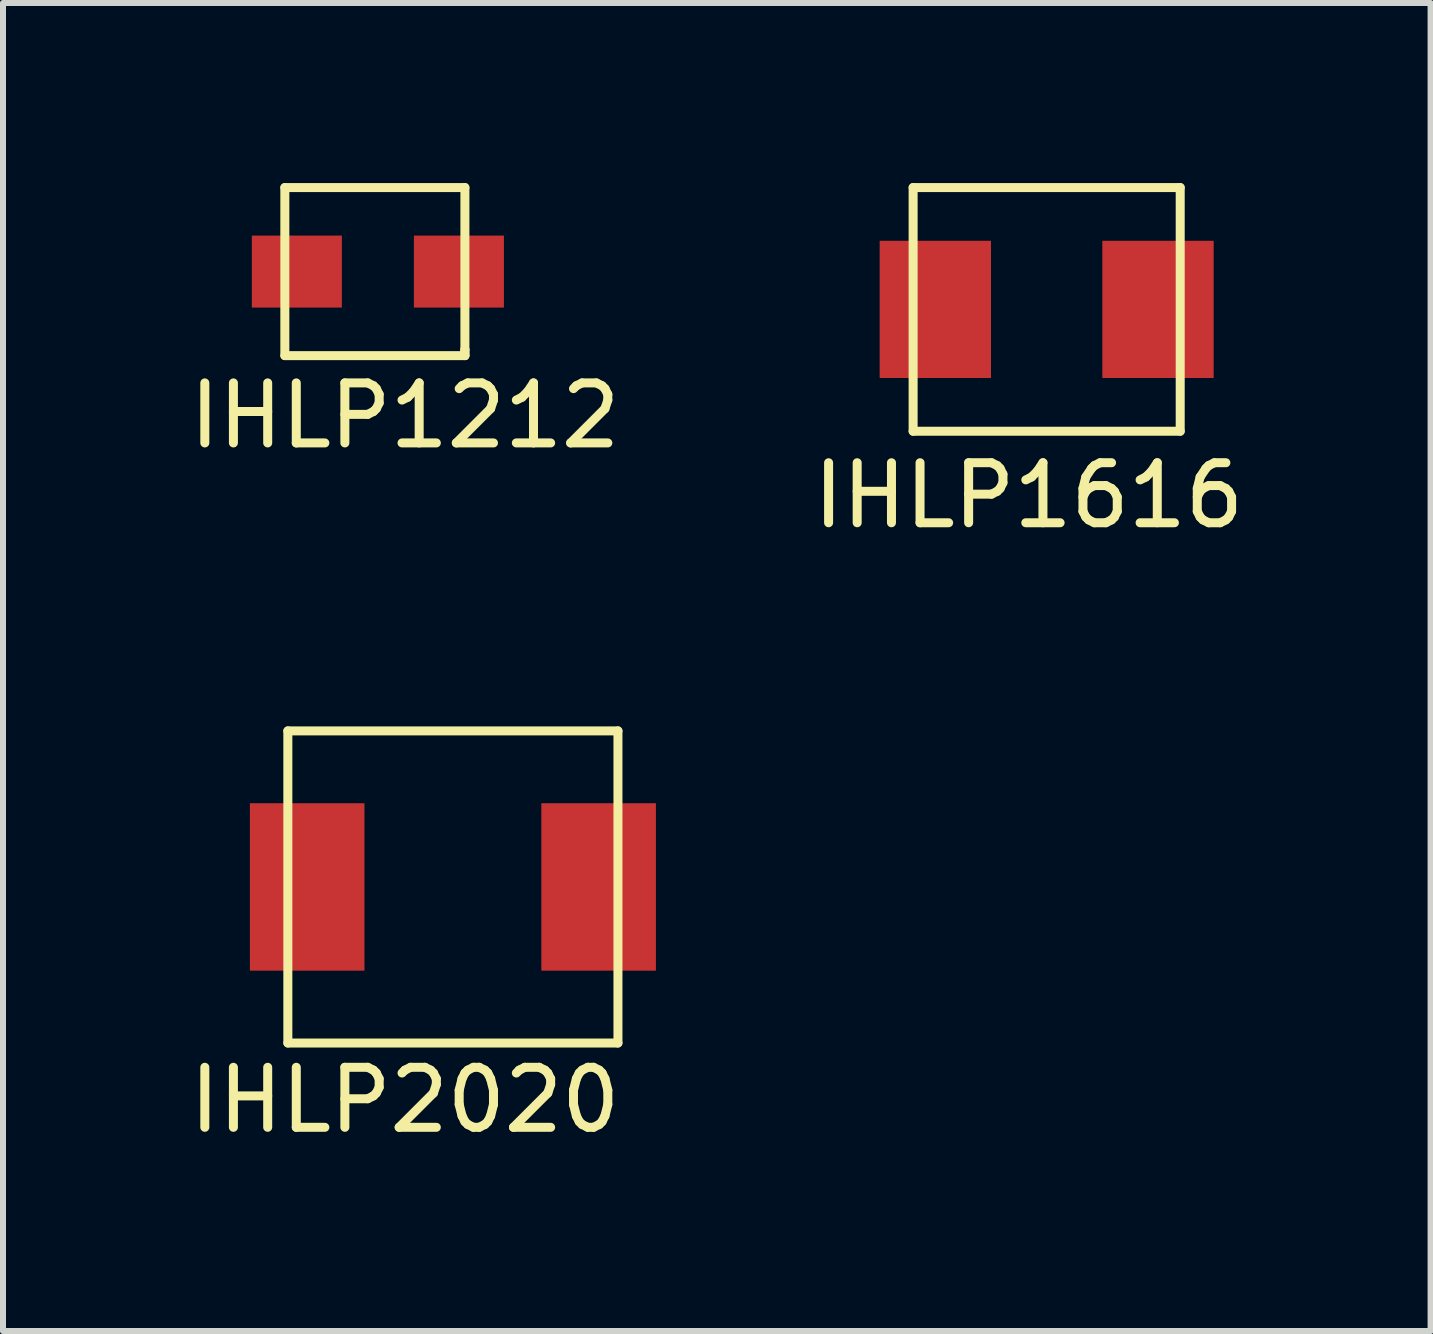
<source format=kicad_pcb>
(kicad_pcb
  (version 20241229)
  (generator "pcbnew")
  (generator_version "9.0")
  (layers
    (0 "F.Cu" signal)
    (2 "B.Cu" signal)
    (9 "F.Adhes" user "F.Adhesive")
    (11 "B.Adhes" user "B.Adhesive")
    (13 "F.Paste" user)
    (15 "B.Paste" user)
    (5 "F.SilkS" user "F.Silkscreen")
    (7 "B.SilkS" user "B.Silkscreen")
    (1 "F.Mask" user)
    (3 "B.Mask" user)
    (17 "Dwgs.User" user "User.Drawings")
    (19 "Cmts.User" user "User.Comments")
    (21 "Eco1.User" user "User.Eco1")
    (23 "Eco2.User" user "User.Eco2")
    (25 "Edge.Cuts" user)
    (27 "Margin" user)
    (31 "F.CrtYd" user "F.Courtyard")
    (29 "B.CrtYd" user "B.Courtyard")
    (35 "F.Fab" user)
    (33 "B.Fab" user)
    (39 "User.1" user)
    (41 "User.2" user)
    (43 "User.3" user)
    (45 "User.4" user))
  (footprint "IHLP1616"
    (layer "F.Cu")
    (at 14.389 2.105)
    (property "Reference" "IHLP1616" (at -0.3 3.1 0) (layer "F.SilkS") (effects (font (size 1 1) (thickness 0.15))))
    (attr through_hole)
    (fp_line (start -2.225 -2.03) (end -2.225 2.03) (stroke (width 0.15) (type solid)) (layer "F.SilkS"))
    (fp_line (start -2.225 2.03) (end 2.225 2.03) (stroke (width 0.15) (type solid)) (layer "F.SilkS"))
    (fp_line (start 2.225 -2.03) (end -2.225 -2.03) (stroke (width 0.15) (type solid)) (layer "F.SilkS"))
    (fp_line (start 2.225 -2.03) (end 2.225 2.03) (stroke (width 0.15) (type solid)) (layer "F.SilkS"))
    (pad "1" smd rect (at -1.855 0) (size 1.855 2.286) (layers "F.Cu" "F.Mask" "F.Paste"))
    (pad "2" smd rect (at 1.855 0) (size 1.855 2.286) (layers "F.Cu" "F.Mask" "F.Paste")))
  (footprint "IHLP1212"
    (layer "F.Cu")
    (at 3.196 1.475)
    (property "Reference" "IHLP1212" (at 0.5 2.4 0) (layer "F.SilkS") (effects (font (size 1 1) (thickness 0.15))))
    (attr through_hole)
    (fp_line (start -1.5 -1.4) (end 1.5 -1.4) (stroke (width 0.15) (type solid)) (layer "F.SilkS"))
    (fp_line (start -1.5 1.4) (end -1.5 -1.4) (stroke (width 0.15) (type solid)) (layer "F.SilkS"))
    (fp_line (start 1.5 -1.4) (end 1.5 1.3) (stroke (width 0.15) (type solid)) (layer "F.SilkS"))
    (fp_line (start 1.5 1.3) (end 1.5 1.4) (stroke (width 0.15) (type solid)) (layer "F.SilkS"))
    (fp_line (start 1.5 1.4) (end -1.5 1.4) (stroke (width 0.15) (type solid)) (layer "F.SilkS"))
    (fp_line (start 1.5 1.4) (end 1.5 1.3) (stroke (width 0.15) (type solid)) (layer "F.SilkS"))
    (pad "1" smd rect (at -1.3 0 270) (size 1.2 1.5) (layers "F.Cu" "F.Mask" "F.Paste"))
    (pad "2" smd rect (at 1.4 0 90) (size 1.2 1.5) (layers "F.Cu" "F.Mask" "F.Paste")))
  (footprint "IHLP2020"
    (layer "F.Cu")
    (at 4.496 11.728)
    (property "Reference" "IHLP2020" (at -0.8 3.55 0) (layer "F.SilkS") (effects (font (size 1 1) (thickness 0.15))))
    (attr through_hole)
    (fp_line (start -2.75 -2.6) (end -2.75 2.6) (stroke (width 0.15) (type solid)) (layer "F.SilkS"))
    (fp_line (start -2.75 2.6) (end 2.75 2.6) (stroke (width 0.15) (type solid)) (layer "F.SilkS"))
    (fp_line (start 2.75 -2.6) (end -2.75 -2.6) (stroke (width 0.15) (type solid)) (layer "F.SilkS"))
    (fp_line (start 2.75 2.6) (end 2.75 -2.6) (stroke (width 0.15) (type solid)) (layer "F.SilkS"))
    (pad "1" smd rect (at -2.428 0) (size 1.909 2.79) (layers "F.Cu" "F.Mask" "F.Paste"))
    (pad "2" smd rect (at 2.428 0) (size 1.909 2.79) (layers "F.Cu" "F.Mask" "F.Paste")))
  (gr_rect
    (start -3 -3)
    (end 20.786 19.127)
    (stroke (width 0.1) (type default))
    (fill no)
    (layer "Edge.Cuts")))
</source>
